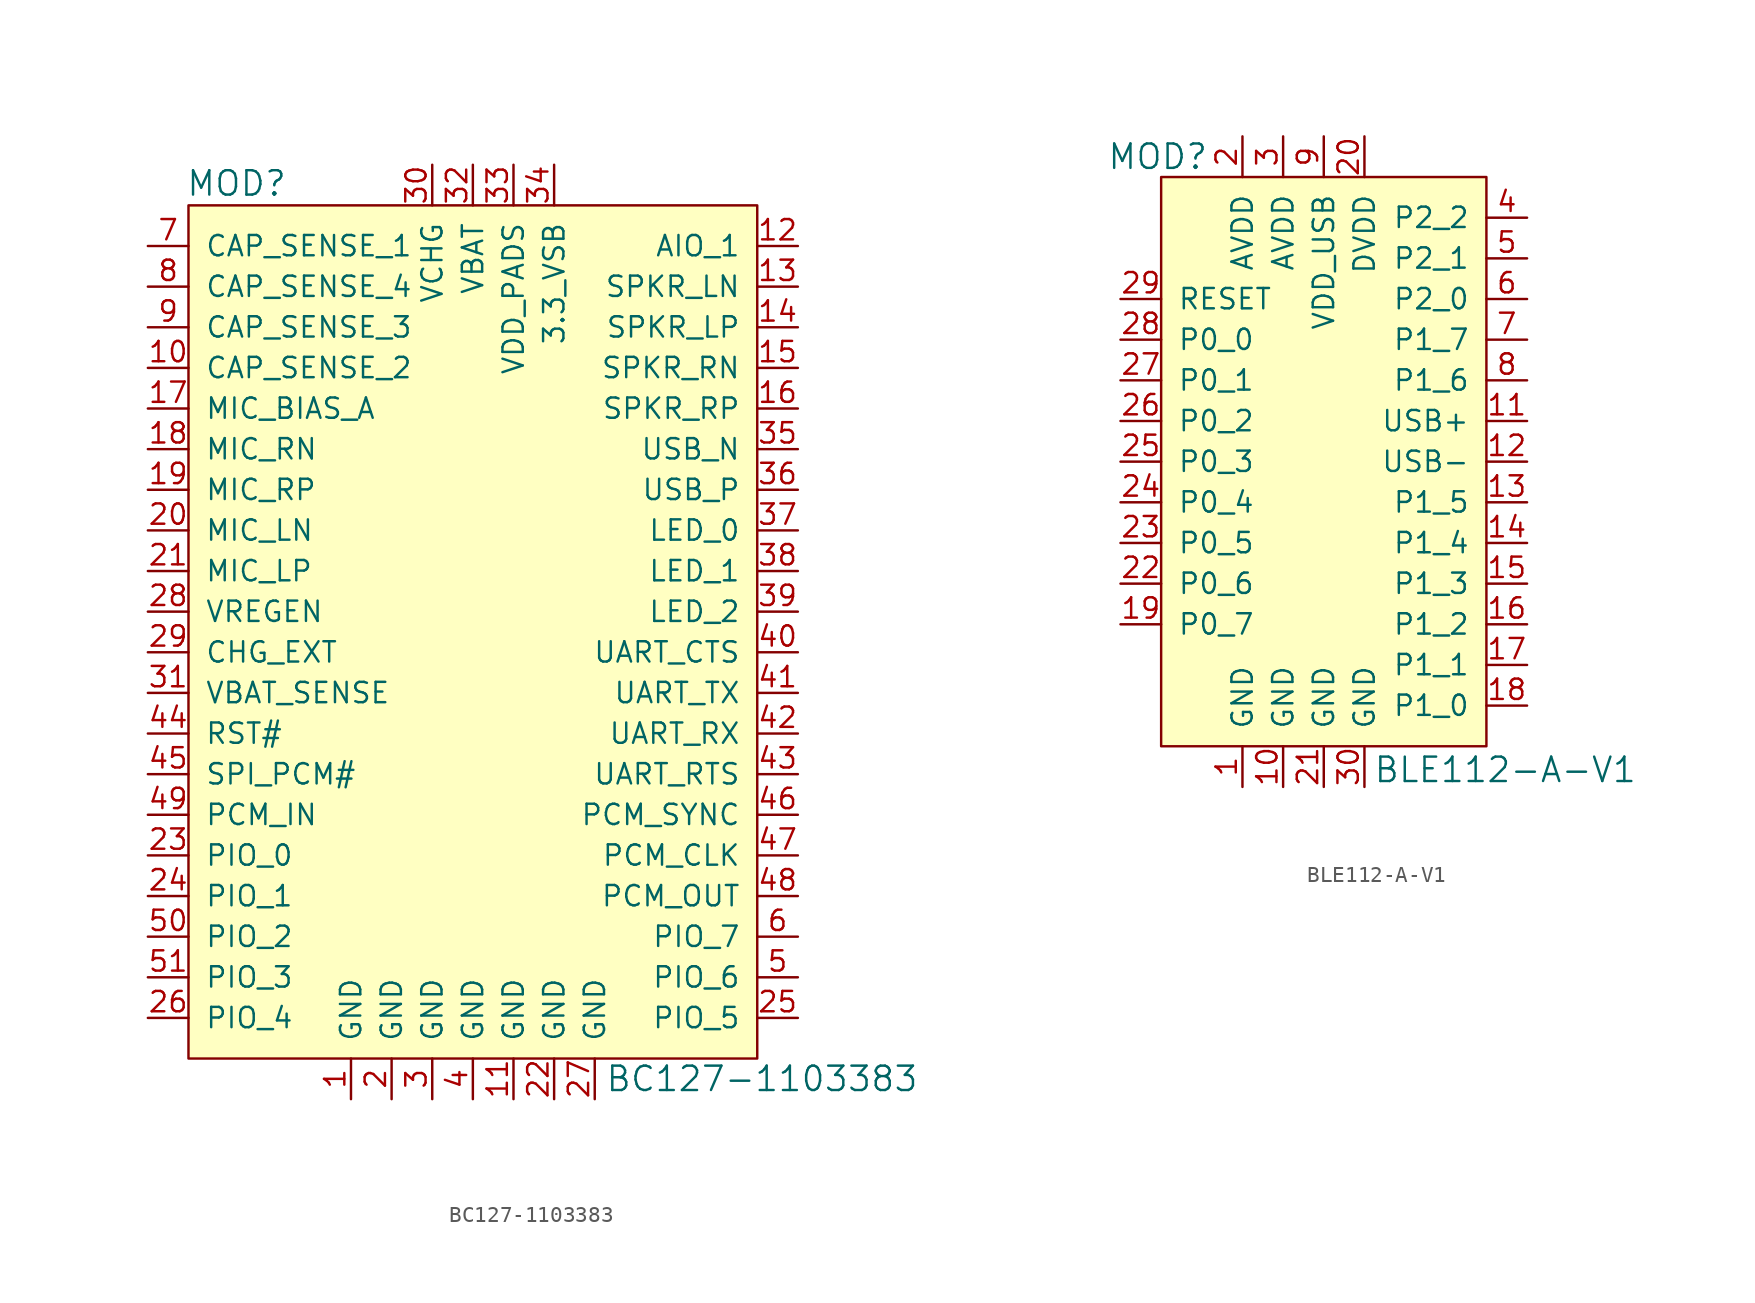
<source format=kicad_sym>
(kicad_symbol_lib
  (version 20231120)
  (generator "kicad_symbol_editor")
  (generator_version "8.0")
  (symbol "BC127-1103383"
    (pin_names
      (offset 1.016))
    (property "Reference" "MOD"
      (at -15.418 16.612 0)
      (effects (font (size 1.524 1.524)) (justify left)))
    (property "Value" "BC127-1103383"
      (at 10.795 -39.37 0)
      (effects (font (size 1.524 1.524)) (justify left)))
    (symbol "BC127-1103383_0_1"
      (rectangle (start -15.24 15.24) (end 20.32 -38.1) (stroke (width 0) (type default)) (fill (type background))))
    (symbol "BC127-1103383_1_1"
      (pin power_in line (at -5.08 -40.64 90) (length 2.54) (name "GND" (effects (font (size 1.27 1.27)))) (number "1" (effects (font (size 1.27 1.27)))))
      (pin input line (at -17.78 5.08 0) (length 2.54) (name "CAP_SENSE_2" (effects (font (size 1.27 1.27)))) (number "10" (effects (font (size 1.27 1.27)))))
      (pin power_in line (at 5.08 -40.64 90) (length 2.54) (name "GND" (effects (font (size 1.27 1.27)))) (number "11" (effects (font (size 1.27 1.27)))))
      (pin bidirectional line (at 22.86 12.7 180) (length 2.54) (name "AIO_1" (effects (font (size 1.27 1.27)))) (number "12" (effects (font (size 1.27 1.27)))))
      (pin output line (at 22.86 10.16 180) (length 2.54) (name "SPKR_LN" (effects (font (size 1.27 1.27)))) (number "13" (effects (font (size 1.27 1.27)))))
      (pin output line (at 22.86 7.62 180) (length 2.54) (name "SPKR_LP" (effects (font (size 1.27 1.27)))) (number "14" (effects (font (size 1.27 1.27)))))
      (pin output line (at 22.86 5.08 180) (length 2.54) (name "SPKR_RN" (effects (font (size 1.27 1.27)))) (number "15" (effects (font (size 1.27 1.27)))))
      (pin output line (at 22.86 2.54 180) (length 2.54) (name "SPKR_RP" (effects (font (size 1.27 1.27)))) (number "16" (effects (font (size 1.27 1.27)))))
      (pin input line (at -17.78 2.54 0) (length 2.54) (name "MIC_BIAS_A" (effects (font (size 1.27 1.27)))) (number "17" (effects (font (size 1.27 1.27)))))
      (pin input line (at -17.78 0 0) (length 2.54) (name "MIC_RN" (effects (font (size 1.27 1.27)))) (number "18" (effects (font (size 1.27 1.27)))))
      (pin input line (at -17.78 -2.54 0) (length 2.54) (name "MIC_RP" (effects (font (size 1.27 1.27)))) (number "19" (effects (font (size 1.27 1.27)))))
      (pin power_in line (at -2.54 -40.64 90) (length 2.54) (name "GND" (effects (font (size 1.27 1.27)))) (number "2" (effects (font (size 1.27 1.27)))))
      (pin input line (at -17.78 -5.08 0) (length 2.54) (name "MIC_LN" (effects (font (size 1.27 1.27)))) (number "20" (effects (font (size 1.27 1.27)))))
      (pin input line (at -17.78 -7.62 0) (length 2.54) (name "MIC_LP" (effects (font (size 1.27 1.27)))) (number "21" (effects (font (size 1.27 1.27)))))
      (pin power_in line (at 7.62 -40.64 90) (length 2.54) (name "GND" (effects (font (size 1.27 1.27)))) (number "22" (effects (font (size 1.27 1.27)))))
      (pin bidirectional line (at -17.78 -25.4 0) (length 2.54) (name "PIO_0" (effects (font (size 1.27 1.27)))) (number "23" (effects (font (size 1.27 1.27)))))
      (pin bidirectional line (at -17.78 -27.94 0) (length 2.54) (name "PIO_1" (effects (font (size 1.27 1.27)))) (number "24" (effects (font (size 1.27 1.27)))))
      (pin bidirectional line (at 22.86 -35.56 180) (length 2.54) (name "PIO_5" (effects (font (size 1.27 1.27)))) (number "25" (effects (font (size 1.27 1.27)))))
      (pin bidirectional line (at -17.78 -35.56 0) (length 2.54) (name "PIO_4" (effects (font (size 1.27 1.27)))) (number "26" (effects (font (size 1.27 1.27)))))
      (pin power_in line (at 10.16 -40.64 90) (length 2.54) (name "GND" (effects (font (size 1.27 1.27)))) (number "27" (effects (font (size 1.27 1.27)))))
      (pin input line (at -17.78 -10.16 0) (length 2.54) (name "VREGEN" (effects (font (size 1.27 1.27)))) (number "28" (effects (font (size 1.27 1.27)))))
      (pin input line (at -17.78 -12.7 0) (length 2.54) (name "CHG_EXT" (effects (font (size 1.27 1.27)))) (number "29" (effects (font (size 1.27 1.27)))))
      (pin power_in line (at 0 -40.64 90) (length 2.54) (name "GND" (effects (font (size 1.27 1.27)))) (number "3" (effects (font (size 1.27 1.27)))))
      (pin power_in line (at 0 17.78 270) (length 2.54) (name "VCHG" (effects (font (size 1.27 1.27)))) (number "30" (effects (font (size 1.27 1.27)))))
      (pin input line (at -17.78 -15.24 0) (length 2.54) (name "VBAT_SENSE" (effects (font (size 1.27 1.27)))) (number "31" (effects (font (size 1.27 1.27)))))
      (pin power_in line (at 2.54 17.78 270) (length 2.54) (name "VBAT" (effects (font (size 1.27 1.27)))) (number "32" (effects (font (size 1.27 1.27)))))
      (pin power_in line (at 5.08 17.78 270) (length 2.54) (name "VDD_PADS" (effects (font (size 1.27 1.27)))) (number "33" (effects (font (size 1.27 1.27)))))
      (pin power_in line (at 7.62 17.78 270) (length 2.54) (name "3.3_VSB" (effects (font (size 1.27 1.27)))) (number "34" (effects (font (size 1.27 1.27)))))
      (pin bidirectional line (at 22.86 0 180) (length 2.54) (name "USB_N" (effects (font (size 1.27 1.27)))) (number "35" (effects (font (size 1.27 1.27)))))
      (pin bidirectional line (at 22.86 -2.54 180) (length 2.54) (name "USB_P" (effects (font (size 1.27 1.27)))) (number "36" (effects (font (size 1.27 1.27)))))
      (pin output line (at 22.86 -5.08 180) (length 2.54) (name "LED_0" (effects (font (size 1.27 1.27)))) (number "37" (effects (font (size 1.27 1.27)))))
      (pin output line (at 22.86 -7.62 180) (length 2.54) (name "LED_1" (effects (font (size 1.27 1.27)))) (number "38" (effects (font (size 1.27 1.27)))))
      (pin output line (at 22.86 -10.16 180) (length 2.54) (name "LED_2" (effects (font (size 1.27 1.27)))) (number "39" (effects (font (size 1.27 1.27)))))
      (pin power_in line (at 2.54 -40.64 90) (length 2.54) (name "GND" (effects (font (size 1.27 1.27)))) (number "4" (effects (font (size 1.27 1.27)))))
      (pin bidirectional line (at 22.86 -12.7 180) (length 2.54) (name "UART_CTS" (effects (font (size 1.27 1.27)))) (number "40" (effects (font (size 1.27 1.27)))))
      (pin bidirectional line (at 22.86 -15.24 180) (length 2.54) (name "UART_TX" (effects (font (size 1.27 1.27)))) (number "41" (effects (font (size 1.27 1.27)))))
      (pin bidirectional line (at 22.86 -17.78 180) (length 2.54) (name "UART_RX" (effects (font (size 1.27 1.27)))) (number "42" (effects (font (size 1.27 1.27)))))
      (pin bidirectional line (at 22.86 -20.32 180) (length 2.54) (name "UART_RTS" (effects (font (size 1.27 1.27)))) (number "43" (effects (font (size 1.27 1.27)))))
      (pin input line (at -17.78 -17.78 0) (length 2.54) (name "RST#" (effects (font (size 1.27 1.27)))) (number "44" (effects (font (size 1.27 1.27)))))
      (pin input line (at -17.78 -20.32 0) (length 2.54) (name "SPI_PCM#" (effects (font (size 1.27 1.27)))) (number "45" (effects (font (size 1.27 1.27)))))
      (pin bidirectional line (at 22.86 -22.86 180) (length 2.54) (name "PCM_SYNC" (effects (font (size 1.27 1.27)))) (number "46" (effects (font (size 1.27 1.27)))))
      (pin bidirectional line (at 22.86 -25.4 180) (length 2.54) (name "PCM_CLK" (effects (font (size 1.27 1.27)))) (number "47" (effects (font (size 1.27 1.27)))))
      (pin output line (at 22.86 -27.94 180) (length 2.54) (name "PCM_OUT" (effects (font (size 1.27 1.27)))) (number "48" (effects (font (size 1.27 1.27)))))
      (pin input line (at -17.78 -22.86 0) (length 2.54) (name "PCM_IN" (effects (font (size 1.27 1.27)))) (number "49" (effects (font (size 1.27 1.27)))))
      (pin bidirectional line (at 22.86 -33.02 180) (length 2.54) (name "PIO_6" (effects (font (size 1.27 1.27)))) (number "5" (effects (font (size 1.27 1.27)))))
      (pin bidirectional line (at -17.78 -30.48 0) (length 2.54) (name "PIO_2" (effects (font (size 1.27 1.27)))) (number "50" (effects (font (size 1.27 1.27)))))
      (pin bidirectional line (at -17.78 -33.02 0) (length 2.54) (name "PIO_3" (effects (font (size 1.27 1.27)))) (number "51" (effects (font (size 1.27 1.27)))))
      (pin bidirectional line (at 22.86 -30.48 180) (length 2.54) (name "PIO_7" (effects (font (size 1.27 1.27)))) (number "6" (effects (font (size 1.27 1.27)))))
      (pin input line (at -17.78 12.7 0) (length 2.54) (name "CAP_SENSE_1" (effects (font (size 1.27 1.27)))) (number "7" (effects (font (size 1.27 1.27)))))
      (pin input line (at -17.78 10.16 0) (length 2.54) (name "CAP_SENSE_4" (effects (font (size 1.27 1.27)))) (number "8" (effects (font (size 1.27 1.27)))))
      (pin input line (at -17.78 7.62 0) (length 2.54) (name "CAP_SENSE_3" (effects (font (size 1.27 1.27)))) (number "9" (effects (font (size 1.27 1.27)))))))
  (symbol "BLE112-A-V1"
    (pin_names
      (offset 1.016))
    (property "Reference" "MOD"
      (at -7.188 13.97 0)
      (effects (font (size 1.524 1.524)) (justify right)))
    (property "Value" "BLE112-A-V1"
      (at 3.073 -24.333 0)
      (effects (font (size 1.524 1.524)) (justify left)))
    (symbol "BLE112-A-V1_0_1"
      (rectangle (start -10.16 12.7) (end 10.16 -22.86) (stroke (width 0) (type default)) (fill (type background))))
    (symbol "BLE112-A-V1_1_1"
      (pin power_in line (at -5.08 -25.4 90) (length 2.54) (name "GND" (effects (font (size 1.27 1.27)))) (number "1" (effects (font (size 1.27 1.27)))))
      (pin power_in line (at -2.54 -25.4 90) (length 2.54) (name "GND" (effects (font (size 1.27 1.27)))) (number "10" (effects (font (size 1.27 1.27)))))
      (pin bidirectional line (at 12.7 -2.54 180) (length 2.54) (name "USB+" (effects (font (size 1.27 1.27)))) (number "11" (effects (font (size 1.27 1.27)))))
      (pin bidirectional line (at 12.7 -5.08 180) (length 2.54) (name "USB-" (effects (font (size 1.27 1.27)))) (number "12" (effects (font (size 1.27 1.27)))))
      (pin bidirectional line (at 12.7 -7.62 180) (length 2.54) (name "P1_5" (effects (font (size 1.27 1.27)))) (number "13" (effects (font (size 1.27 1.27)))))
      (pin bidirectional line (at 12.7 -10.16 180) (length 2.54) (name "P1_4" (effects (font (size 1.27 1.27)))) (number "14" (effects (font (size 1.27 1.27)))))
      (pin bidirectional line (at 12.7 -12.7 180) (length 2.54) (name "P1_3" (effects (font (size 1.27 1.27)))) (number "15" (effects (font (size 1.27 1.27)))))
      (pin bidirectional line (at 12.7 -15.24 180) (length 2.54) (name "P1_2" (effects (font (size 1.27 1.27)))) (number "16" (effects (font (size 1.27 1.27)))))
      (pin bidirectional line (at 12.7 -17.78 180) (length 2.54) (name "P1_1" (effects (font (size 1.27 1.27)))) (number "17" (effects (font (size 1.27 1.27)))))
      (pin bidirectional line (at 12.7 -20.32 180) (length 2.54) (name "P1_0" (effects (font (size 1.27 1.27)))) (number "18" (effects (font (size 1.27 1.27)))))
      (pin bidirectional line (at -12.7 -15.24 0) (length 2.54) (name "P0_7" (effects (font (size 1.27 1.27)))) (number "19" (effects (font (size 1.27 1.27)))))
      (pin power_in line (at -5.08 15.24 270) (length 2.54) (name "AVDD" (effects (font (size 1.27 1.27)))) (number "2" (effects (font (size 1.27 1.27)))))
      (pin power_in line (at 2.54 15.24 270) (length 2.54) (name "DVDD" (effects (font (size 1.27 1.27)))) (number "20" (effects (font (size 1.27 1.27)))))
      (pin power_in line (at 0 -25.4 90) (length 2.54) (name "GND" (effects (font (size 1.27 1.27)))) (number "21" (effects (font (size 1.27 1.27)))))
      (pin bidirectional line (at -12.7 -12.7 0) (length 2.54) (name "P0_6" (effects (font (size 1.27 1.27)))) (number "22" (effects (font (size 1.27 1.27)))))
      (pin bidirectional line (at -12.7 -10.16 0) (length 2.54) (name "P0_5" (effects (font (size 1.27 1.27)))) (number "23" (effects (font (size 1.27 1.27)))))
      (pin bidirectional line (at -12.7 -7.62 0) (length 2.54) (name "P0_4" (effects (font (size 1.27 1.27)))) (number "24" (effects (font (size 1.27 1.27)))))
      (pin bidirectional line (at -12.7 -5.08 0) (length 2.54) (name "P0_3" (effects (font (size 1.27 1.27)))) (number "25" (effects (font (size 1.27 1.27)))))
      (pin bidirectional line (at -12.7 -2.54 0) (length 2.54) (name "P0_2" (effects (font (size 1.27 1.27)))) (number "26" (effects (font (size 1.27 1.27)))))
      (pin bidirectional line (at -12.7 0 0) (length 2.54) (name "P0_1" (effects (font (size 1.27 1.27)))) (number "27" (effects (font (size 1.27 1.27)))))
      (pin bidirectional line (at -12.7 2.54 0) (length 2.54) (name "P0_0" (effects (font (size 1.27 1.27)))) (number "28" (effects (font (size 1.27 1.27)))))
      (pin input line (at -12.7 5.08 0) (length 2.54) (name "RESET" (effects (font (size 1.27 1.27)))) (number "29" (effects (font (size 1.27 1.27)))))
      (pin power_in line (at -2.54 15.24 270) (length 2.54) (name "AVDD" (effects (font (size 1.27 1.27)))) (number "3" (effects (font (size 1.27 1.27)))))
      (pin power_in line (at 2.54 -25.4 90) (length 2.54) (name "GND" (effects (font (size 1.27 1.27)))) (number "30" (effects (font (size 1.27 1.27)))))
      (pin bidirectional line (at 12.7 10.16 180) (length 2.54) (name "P2_2" (effects (font (size 1.27 1.27)))) (number "4" (effects (font (size 1.27 1.27)))))
      (pin bidirectional line (at 12.7 7.62 180) (length 2.54) (name "P2_1" (effects (font (size 1.27 1.27)))) (number "5" (effects (font (size 1.27 1.27)))))
      (pin bidirectional line (at 12.7 5.08 180) (length 2.54) (name "P2_0" (effects (font (size 1.27 1.27)))) (number "6" (effects (font (size 1.27 1.27)))))
      (pin bidirectional line (at 12.7 2.54 180) (length 2.54) (name "P1_7" (effects (font (size 1.27 1.27)))) (number "7" (effects (font (size 1.27 1.27)))))
      (pin bidirectional line (at 12.7 0 180) (length 2.54) (name "P1_6" (effects (font (size 1.27 1.27)))) (number "8" (effects (font (size 1.27 1.27)))))
      (pin power_in line (at 0 15.24 270) (length 2.54) (name "VDD_USB" (effects (font (size 1.27 1.27)))) (number "9" (effects (font (size 1.27 1.27))))))))
</source>
